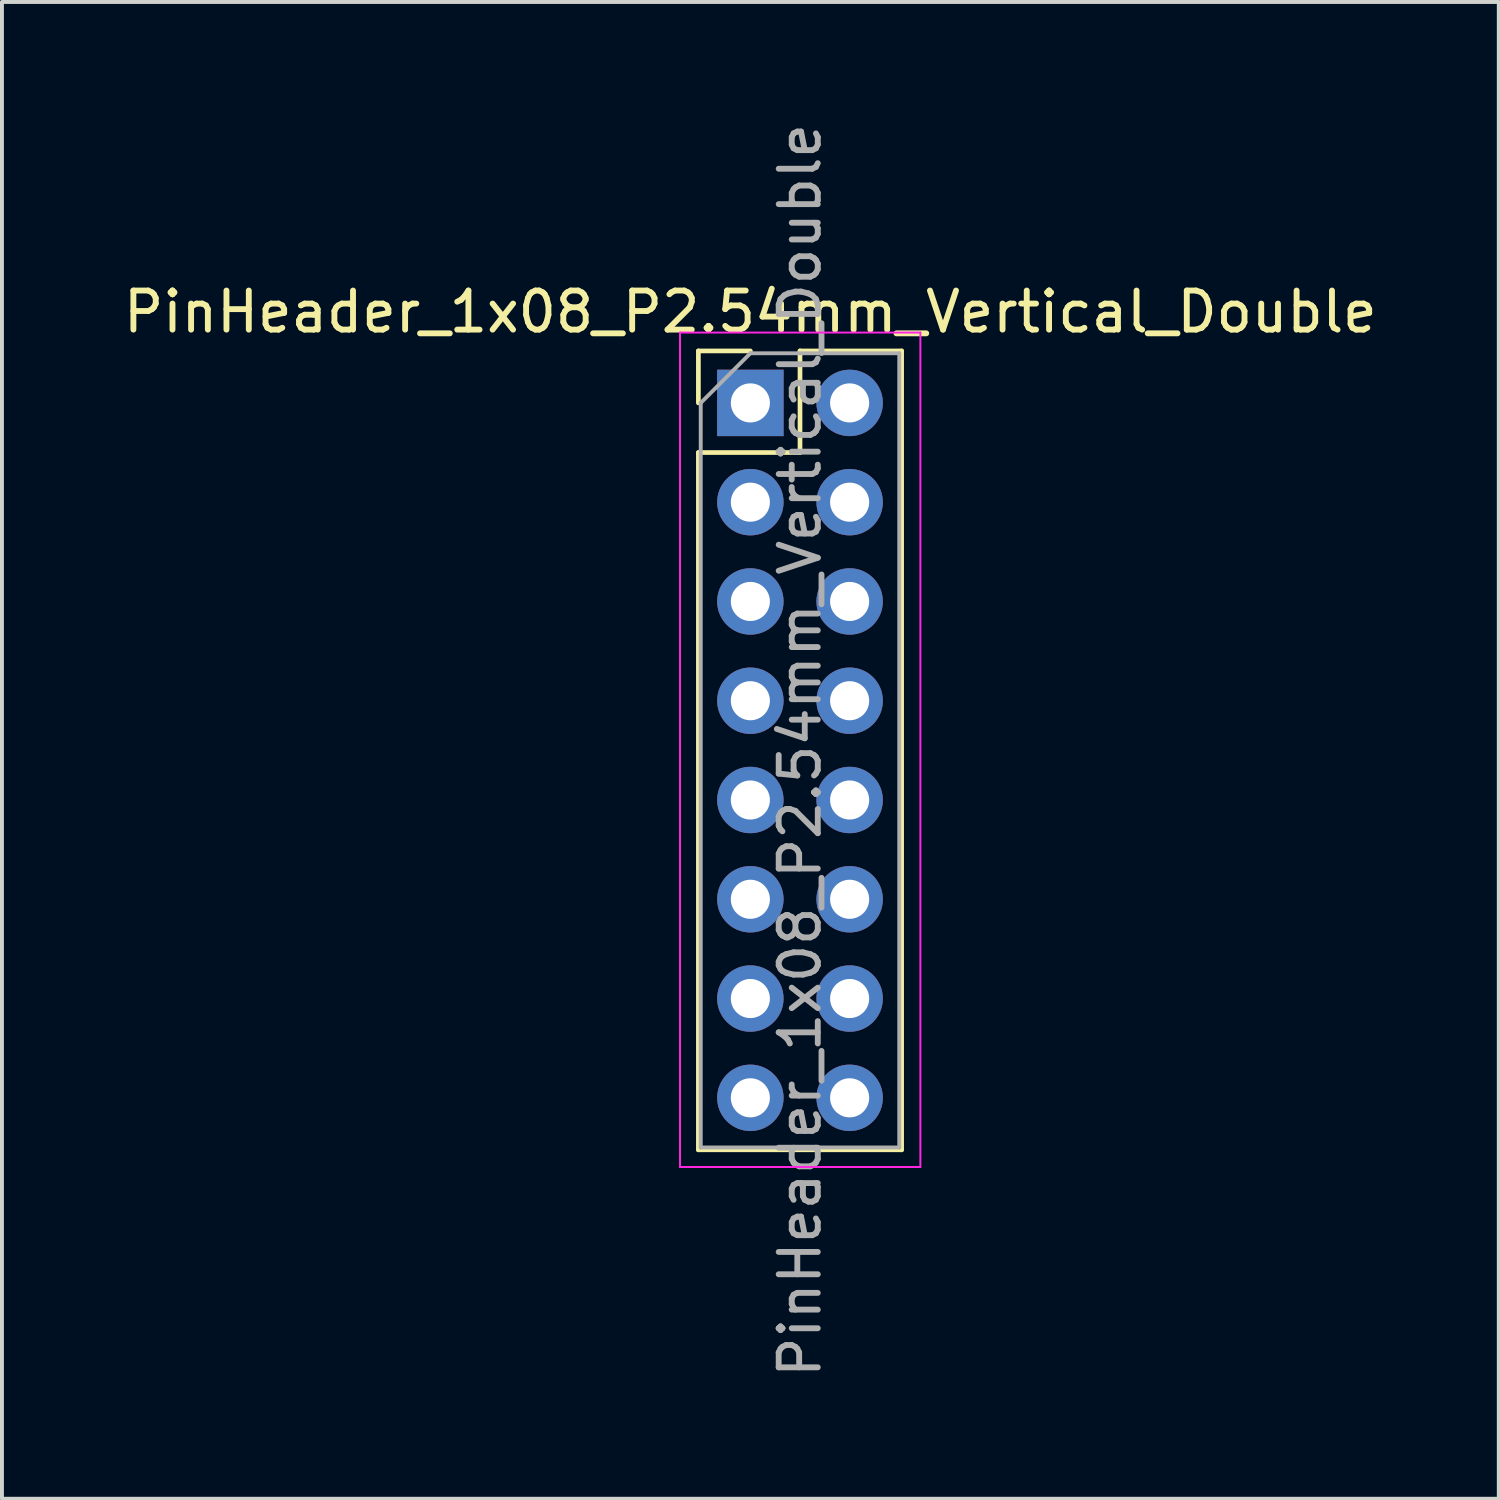
<source format=kicad_pcb>
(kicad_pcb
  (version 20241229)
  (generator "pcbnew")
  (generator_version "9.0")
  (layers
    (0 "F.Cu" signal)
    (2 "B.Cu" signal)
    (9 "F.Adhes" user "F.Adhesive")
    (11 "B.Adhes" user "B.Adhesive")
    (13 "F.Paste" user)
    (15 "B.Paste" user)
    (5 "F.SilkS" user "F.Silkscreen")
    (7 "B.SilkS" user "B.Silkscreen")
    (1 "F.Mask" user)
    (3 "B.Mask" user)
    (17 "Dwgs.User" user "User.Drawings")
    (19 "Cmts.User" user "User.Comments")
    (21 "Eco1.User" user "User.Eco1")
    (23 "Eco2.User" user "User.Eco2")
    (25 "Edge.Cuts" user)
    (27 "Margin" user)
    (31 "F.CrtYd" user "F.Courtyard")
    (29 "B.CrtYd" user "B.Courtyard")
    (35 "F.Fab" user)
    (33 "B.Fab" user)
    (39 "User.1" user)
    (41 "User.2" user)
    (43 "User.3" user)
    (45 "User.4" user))
  (footprint "PinHeader_1x08_P2.54mm_Vertical_Double"
    (layer "F.Cu")
    (at 16.149 7.259)
    (property "Reference" "PinHeader_1x08_P2.54mm_Vertical_Double" (at 0 -2.33 0) (layer "F.SilkS") (effects (font (size 1 1) (thickness 0.15))))
    (attr through_hole)
    (fp_line (start -1.33 -1.33) (end 0 -1.33) (stroke (width 0.12) (type solid)) (layer "F.SilkS"))
    (fp_line (start -1.33 0) (end -1.33 -1.33) (stroke (width 0.12) (type solid)) (layer "F.SilkS"))
    (fp_line (start -1.33 1.27) (end -1.33 19.11) (stroke (width 0.12) (type solid)) (layer "F.SilkS"))
    (fp_line (start -1.33 1.27) (end 1.27 1.27) (stroke (width 0.12) (type solid)) (layer "F.SilkS"))
    (fp_line (start -1.33 19.11) (end 3.87 19.11) (stroke (width 0.12) (type solid)) (layer "F.SilkS"))
    (fp_line (start 1.27 -1.33) (end 3.87 -1.33) (stroke (width 0.12) (type solid)) (layer "F.SilkS"))
    (fp_line (start 1.27 1.27) (end 1.27 -1.33) (stroke (width 0.12) (type solid)) (layer "F.SilkS"))
    (fp_line (start 3.87 -1.33) (end 3.87 19.11) (stroke (width 0.12) (type solid)) (layer "F.SilkS"))
    (fp_line (start -1.8 -1.8) (end -1.8 19.55) (stroke (width 0.05) (type solid)) (layer "F.CrtYd"))
    (fp_line (start -1.8 19.55) (end 4.35 19.55) (stroke (width 0.05) (type solid)) (layer "F.CrtYd"))
    (fp_line (start 4.35 -1.8) (end -1.8 -1.8) (stroke (width 0.05) (type solid)) (layer "F.CrtYd"))
    (fp_line (start 4.35 19.55) (end 4.35 -1.8) (stroke (width 0.05) (type solid)) (layer "F.CrtYd"))
    (fp_line (start -1.27 0) (end 0 -1.27) (stroke (width 0.1) (type solid)) (layer "F.Fab"))
    (fp_line (start -1.27 19.05) (end -1.27 0) (stroke (width 0.1) (type solid)) (layer "F.Fab"))
    (fp_line (start 0 -1.27) (end 3.81 -1.27) (stroke (width 0.1) (type solid)) (layer "F.Fab"))
    (fp_line (start 3.81 -1.27) (end 3.81 19.05) (stroke (width 0.1) (type solid)) (layer "F.Fab"))
    (fp_line (start 3.81 19.05) (end -1.27 19.05) (stroke (width 0.1) (type solid)) (layer "F.Fab"))
    (fp_text user "${REFERENCE}" (at 1.27 8.89 270) (layer "F.Fab") (effects (font (size 1 1) (thickness 0.15))))
    (pad "1" thru_hole rect (at 0 0) (size 1.7 1.7) (drill 1) (layers "*.Cu" "*.Mask"))
    (pad "1" thru_hole oval (at 2.54 0) (size 1.7 1.7) (drill 1) (layers "*.Cu" "*.Mask"))
    (pad "2" thru_hole oval (at 0 2.54) (size 1.7 1.7) (drill 1) (layers "*.Cu" "*.Mask"))
    (pad "2" thru_hole oval (at 2.54 2.54) (size 1.7 1.7) (drill 1) (layers "*.Cu" "*.Mask"))
    (pad "3" thru_hole oval (at 0 5.08) (size 1.7 1.7) (drill 1) (layers "*.Cu" "*.Mask"))
    (pad "3" thru_hole oval (at 2.54 5.08) (size 1.7 1.7) (drill 1) (layers "*.Cu" "*.Mask"))
    (pad "4" thru_hole oval (at 0 7.62) (size 1.7 1.7) (drill 1) (layers "*.Cu" "*.Mask"))
    (pad "4" thru_hole oval (at 2.54 7.62) (size 1.7 1.7) (drill 1) (layers "*.Cu" "*.Mask"))
    (pad "5" thru_hole oval (at 0 10.16) (size 1.7 1.7) (drill 1) (layers "*.Cu" "*.Mask"))
    (pad "5" thru_hole oval (at 2.54 10.16) (size 1.7 1.7) (drill 1) (layers "*.Cu" "*.Mask"))
    (pad "6" thru_hole oval (at 0 12.7) (size 1.7 1.7) (drill 1) (layers "*.Cu" "*.Mask"))
    (pad "6" thru_hole oval (at 2.54 12.7) (size 1.7 1.7) (drill 1) (layers "*.Cu" "*.Mask"))
    (pad "7" thru_hole oval (at 0 15.24) (size 1.7 1.7) (drill 1) (layers "*.Cu" "*.Mask"))
    (pad "7" thru_hole oval (at 2.54 15.24) (size 1.7 1.7) (drill 1) (layers "*.Cu" "*.Mask"))
    (pad "8" thru_hole oval (at 0 17.78) (size 1.7 1.7) (drill 1) (layers "*.Cu" "*.Mask"))
    (pad "8" thru_hole oval (at 2.54 17.78) (size 1.7 1.7) (drill 1) (layers "*.Cu" "*.Mask")))
  (gr_rect
    (start -3 -3)
    (end 35.298 35.298)
    (stroke (width 0.1) (type default))
    (fill no)
    (layer "Edge.Cuts")))
</source>
